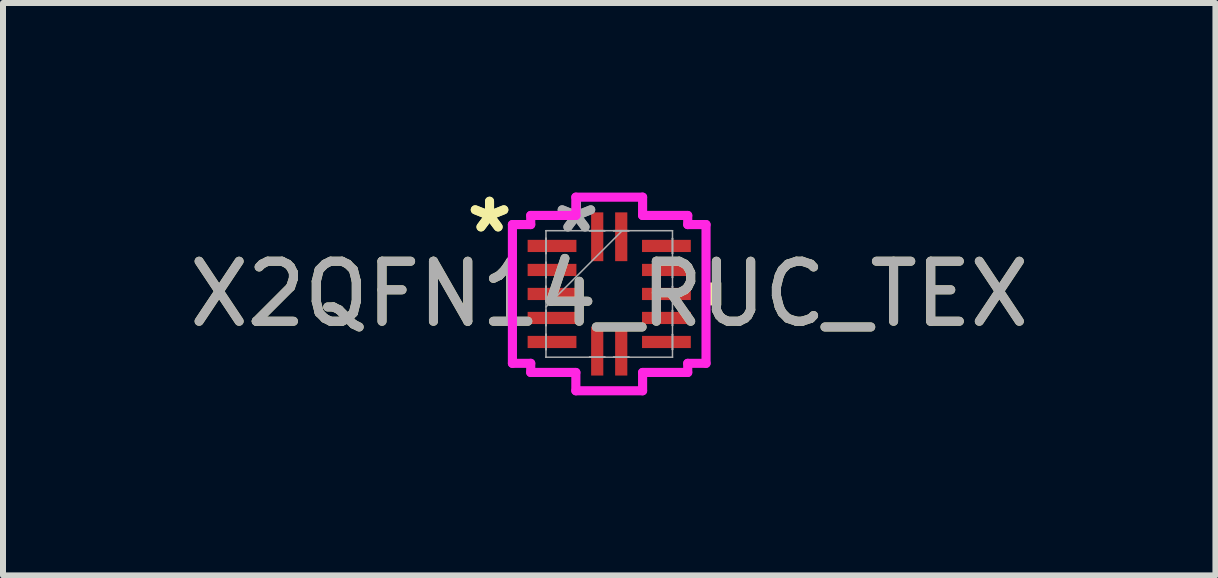
<source format=kicad_pcb>
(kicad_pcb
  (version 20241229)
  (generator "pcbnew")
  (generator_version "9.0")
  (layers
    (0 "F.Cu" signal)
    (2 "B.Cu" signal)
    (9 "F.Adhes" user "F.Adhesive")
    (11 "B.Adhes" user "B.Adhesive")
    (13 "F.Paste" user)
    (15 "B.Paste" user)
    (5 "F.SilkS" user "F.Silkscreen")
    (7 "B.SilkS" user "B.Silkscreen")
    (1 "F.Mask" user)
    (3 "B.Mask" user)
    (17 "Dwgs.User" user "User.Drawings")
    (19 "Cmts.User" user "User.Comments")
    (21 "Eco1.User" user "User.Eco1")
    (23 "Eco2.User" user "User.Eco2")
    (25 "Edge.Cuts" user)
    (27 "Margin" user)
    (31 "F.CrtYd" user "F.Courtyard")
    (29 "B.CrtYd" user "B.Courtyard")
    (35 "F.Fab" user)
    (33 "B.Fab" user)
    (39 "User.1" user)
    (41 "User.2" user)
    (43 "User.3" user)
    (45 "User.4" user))
  (footprint "X2QFN14_RUC_TEX"
    (layer "F.Cu")
    (at 7.101 1.848)
    (property "Reference" "X2QFN14_RUC_TEX" (at 0 0 0) (unlocked yes) (layer "F.SilkS") (effects (font (size 1 1) (thickness 0.15))))
    (attr smd)
    (fp_poly (pts (xy 1.867 -0.191) (xy 1.867 0.191) (xy 1.613 0.191) (xy 1.613 -0.191)) (stroke (width 0) (type solid)) (fill yes) (layer "F.SilkS"))
    (fp_line (start -1.613 -1.156) (end -1.308 -1.156) (stroke (width 0.152) (type solid)) (layer "F.CrtYd"))
    (fp_line (start -1.613 1.156) (end -1.613 -1.156) (stroke (width 0.152) (type solid)) (layer "F.CrtYd"))
    (fp_line (start -1.308 -1.308) (end -0.556 -1.308) (stroke (width 0.152) (type solid)) (layer "F.CrtYd"))
    (fp_line (start -1.308 -1.156) (end -1.308 -1.308) (stroke (width 0.152) (type solid)) (layer "F.CrtYd"))
    (fp_line (start -1.308 1.156) (end -1.613 1.156) (stroke (width 0.152) (type solid)) (layer "F.CrtYd"))
    (fp_line (start -1.308 1.308) (end -1.308 1.156) (stroke (width 0.152) (type solid)) (layer "F.CrtYd"))
    (fp_line (start -0.556 -1.613) (end 0.556 -1.613) (stroke (width 0.152) (type solid)) (layer "F.CrtYd"))
    (fp_line (start -0.556 -1.308) (end -0.556 -1.613) (stroke (width 0.152) (type solid)) (layer "F.CrtYd"))
    (fp_line (start -0.556 1.308) (end -1.308 1.308) (stroke (width 0.152) (type solid)) (layer "F.CrtYd"))
    (fp_line (start -0.556 1.613) (end -0.556 1.308) (stroke (width 0.152) (type solid)) (layer "F.CrtYd"))
    (fp_line (start 0.556 -1.613) (end 0.556 -1.308) (stroke (width 0.152) (type solid)) (layer "F.CrtYd"))
    (fp_line (start 0.556 -1.308) (end 1.308 -1.308) (stroke (width 0.152) (type solid)) (layer "F.CrtYd"))
    (fp_line (start 0.556 1.308) (end 0.556 1.613) (stroke (width 0.152) (type solid)) (layer "F.CrtYd"))
    (fp_line (start 0.556 1.613) (end -0.556 1.613) (stroke (width 0.152) (type solid)) (layer "F.CrtYd"))
    (fp_line (start 1.308 -1.308) (end 1.308 -1.156) (stroke (width 0.152) (type solid)) (layer "F.CrtYd"))
    (fp_line (start 1.308 -1.156) (end 1.613 -1.156) (stroke (width 0.152) (type solid)) (layer "F.CrtYd"))
    (fp_line (start 1.308 1.156) (end 1.308 1.308) (stroke (width 0.152) (type solid)) (layer "F.CrtYd"))
    (fp_line (start 1.308 1.308) (end 0.556 1.308) (stroke (width 0.152) (type solid)) (layer "F.CrtYd"))
    (fp_line (start 1.613 -1.156) (end 1.613 1.156) (stroke (width 0.152) (type solid)) (layer "F.CrtYd"))
    (fp_line (start 1.613 1.156) (end 1.308 1.156) (stroke (width 0.152) (type solid)) (layer "F.CrtYd"))
    (fp_line (start -1.054 -1.054) (end -1.054 -1.054) (stroke (width 0.025) (type solid)) (layer "F.Fab"))
    (fp_line (start -1.054 -1.054) (end -1.054 1.054) (stroke (width 0.025) (type solid)) (layer "F.Fab"))
    (fp_line (start -1.054 -0.927) (end -1.054 -0.927) (stroke (width 0.025) (type solid)) (layer "F.Fab"))
    (fp_line (start -1.054 -0.927) (end -1.054 -0.673) (stroke (width 0.025) (type solid)) (layer "F.Fab"))
    (fp_line (start -1.054 -0.673) (end -1.054 -0.927) (stroke (width 0.025) (type solid)) (layer "F.Fab"))
    (fp_line (start -1.054 -0.673) (end -1.054 -0.673) (stroke (width 0.025) (type solid)) (layer "F.Fab"))
    (fp_line (start -1.054 -0.527) (end -1.054 -0.527) (stroke (width 0.025) (type solid)) (layer "F.Fab"))
    (fp_line (start -1.054 -0.527) (end -1.054 -0.273) (stroke (width 0.025) (type solid)) (layer "F.Fab"))
    (fp_line (start -1.054 -0.273) (end -1.054 -0.527) (stroke (width 0.025) (type solid)) (layer "F.Fab"))
    (fp_line (start -1.054 -0.273) (end -1.054 -0.273) (stroke (width 0.025) (type solid)) (layer "F.Fab"))
    (fp_line (start -1.054 -0.127) (end -1.054 -0.127) (stroke (width 0.025) (type solid)) (layer "F.Fab"))
    (fp_line (start -1.054 -0.127) (end -1.054 0.127) (stroke (width 0.025) (type solid)) (layer "F.Fab"))
    (fp_line (start -1.054 0.127) (end -1.054 -0.127) (stroke (width 0.025) (type solid)) (layer "F.Fab"))
    (fp_line (start -1.054 0.127) (end -1.054 0.127) (stroke (width 0.025) (type solid)) (layer "F.Fab"))
    (fp_line (start -1.054 0.216) (end 0.216 -1.054) (stroke (width 0.025) (type solid)) (layer "F.Fab"))
    (fp_line (start -1.054 0.273) (end -1.054 0.273) (stroke (width 0.025) (type solid)) (layer "F.Fab"))
    (fp_line (start -1.054 0.273) (end -1.054 0.527) (stroke (width 0.025) (type solid)) (layer "F.Fab"))
    (fp_line (start -1.054 0.527) (end -1.054 0.273) (stroke (width 0.025) (type solid)) (layer "F.Fab"))
    (fp_line (start -1.054 0.527) (end -1.054 0.527) (stroke (width 0.025) (type solid)) (layer "F.Fab"))
    (fp_line (start -1.054 0.673) (end -1.054 0.673) (stroke (width 0.025) (type solid)) (layer "F.Fab"))
    (fp_line (start -1.054 0.673) (end -1.054 0.927) (stroke (width 0.025) (type solid)) (layer "F.Fab"))
    (fp_line (start -1.054 0.927) (end -1.054 0.673) (stroke (width 0.025) (type solid)) (layer "F.Fab"))
    (fp_line (start -1.054 0.927) (end -1.054 0.927) (stroke (width 0.025) (type solid)) (layer "F.Fab"))
    (fp_line (start -1.054 1.054) (end -1.054 1.054) (stroke (width 0.025) (type solid)) (layer "F.Fab"))
    (fp_line (start -1.054 1.054) (end 1.054 1.054) (stroke (width 0.025) (type solid)) (layer "F.Fab"))
    (fp_line (start -0.327 -1.054) (end -0.327 -1.054) (stroke (width 0.025) (type solid)) (layer "F.Fab"))
    (fp_line (start -0.327 -1.054) (end -0.073 -1.054) (stroke (width 0.025) (type solid)) (layer "F.Fab"))
    (fp_line (start -0.327 1.054) (end -0.327 1.054) (stroke (width 0.025) (type solid)) (layer "F.Fab"))
    (fp_line (start -0.327 1.054) (end -0.073 1.054) (stroke (width 0.025) (type solid)) (layer "F.Fab"))
    (fp_line (start -0.073 -1.054) (end -0.327 -1.054) (stroke (width 0.025) (type solid)) (layer "F.Fab"))
    (fp_line (start -0.073 -1.054) (end -0.073 -1.054) (stroke (width 0.025) (type solid)) (layer "F.Fab"))
    (fp_line (start -0.073 1.054) (end -0.327 1.054) (stroke (width 0.025) (type solid)) (layer "F.Fab"))
    (fp_line (start -0.073 1.054) (end -0.073 1.054) (stroke (width 0.025) (type solid)) (layer "F.Fab"))
    (fp_line (start 0.073 -1.054) (end 0.073 -1.054) (stroke (width 0.025) (type solid)) (layer "F.Fab"))
    (fp_line (start 0.073 -1.054) (end 0.327 -1.054) (stroke (width 0.025) (type solid)) (layer "F.Fab"))
    (fp_line (start 0.073 1.054) (end 0.073 1.054) (stroke (width 0.025) (type solid)) (layer "F.Fab"))
    (fp_line (start 0.073 1.054) (end 0.327 1.054) (stroke (width 0.025) (type solid)) (layer "F.Fab"))
    (fp_line (start 0.327 -1.054) (end 0.073 -1.054) (stroke (width 0.025) (type solid)) (layer "F.Fab"))
    (fp_line (start 0.327 -1.054) (end 0.327 -1.054) (stroke (width 0.025) (type solid)) (layer "F.Fab"))
    (fp_line (start 0.327 1.054) (end 0.073 1.054) (stroke (width 0.025) (type solid)) (layer "F.Fab"))
    (fp_line (start 0.327 1.054) (end 0.327 1.054) (stroke (width 0.025) (type solid)) (layer "F.Fab"))
    (fp_line (start 1.054 -1.054) (end -1.054 -1.054) (stroke (width 0.025) (type solid)) (layer "F.Fab"))
    (fp_line (start 1.054 -1.054) (end 1.054 -1.054) (stroke (width 0.025) (type solid)) (layer "F.Fab"))
    (fp_line (start 1.054 -0.927) (end 1.054 -0.927) (stroke (width 0.025) (type solid)) (layer "F.Fab"))
    (fp_line (start 1.054 -0.927) (end 1.054 -0.673) (stroke (width 0.025) (type solid)) (layer "F.Fab"))
    (fp_line (start 1.054 -0.673) (end 1.054 -0.927) (stroke (width 0.025) (type solid)) (layer "F.Fab"))
    (fp_line (start 1.054 -0.673) (end 1.054 -0.673) (stroke (width 0.025) (type solid)) (layer "F.Fab"))
    (fp_line (start 1.054 -0.527) (end 1.054 -0.527) (stroke (width 0.025) (type solid)) (layer "F.Fab"))
    (fp_line (start 1.054 -0.527) (end 1.054 -0.273) (stroke (width 0.025) (type solid)) (layer "F.Fab"))
    (fp_line (start 1.054 -0.273) (end 1.054 -0.527) (stroke (width 0.025) (type solid)) (layer "F.Fab"))
    (fp_line (start 1.054 -0.273) (end 1.054 -0.273) (stroke (width 0.025) (type solid)) (layer "F.Fab"))
    (fp_line (start 1.054 -0.127) (end 1.054 -0.127) (stroke (width 0.025) (type solid)) (layer "F.Fab"))
    (fp_line (start 1.054 -0.127) (end 1.054 0.127) (stroke (width 0.025) (type solid)) (layer "F.Fab"))
    (fp_line (start 1.054 0.127) (end 1.054 -0.127) (stroke (width 0.025) (type solid)) (layer "F.Fab"))
    (fp_line (start 1.054 0.127) (end 1.054 0.127) (stroke (width 0.025) (type solid)) (layer "F.Fab"))
    (fp_line (start 1.054 0.273) (end 1.054 0.273) (stroke (width 0.025) (type solid)) (layer "F.Fab"))
    (fp_line (start 1.054 0.273) (end 1.054 0.527) (stroke (width 0.025) (type solid)) (layer "F.Fab"))
    (fp_line (start 1.054 0.527) (end 1.054 0.273) (stroke (width 0.025) (type solid)) (layer "F.Fab"))
    (fp_line (start 1.054 0.527) (end 1.054 0.527) (stroke (width 0.025) (type solid)) (layer "F.Fab"))
    (fp_line (start 1.054 0.673) (end 1.054 0.673) (stroke (width 0.025) (type solid)) (layer "F.Fab"))
    (fp_line (start 1.054 0.673) (end 1.054 0.927) (stroke (width 0.025) (type solid)) (layer "F.Fab"))
    (fp_line (start 1.054 0.927) (end 1.054 0.673) (stroke (width 0.025) (type solid)) (layer "F.Fab"))
    (fp_line (start 1.054 0.927) (end 1.054 0.927) (stroke (width 0.025) (type solid)) (layer "F.Fab"))
    (fp_line (start 1.054 1.054) (end 1.054 -1.054) (stroke (width 0.025) (type solid)) (layer "F.Fab"))
    (fp_line (start 1.054 1.054) (end 1.054 1.054) (stroke (width 0.025) (type solid)) (layer "F.Fab"))
    (fp_text user "*" (at -1.994 -1 0) (layer "F.SilkS") (effects (font (size 1 1) (thickness 0.15))))
    (fp_text user "*" (at -1.994 -1 0) (unlocked yes) (layer "F.SilkS") (effects (font (size 1 1) (thickness 0.15))))
    (fp_text user "${REFERENCE}" (at 0 0 0) (unlocked yes) (layer "F.Fab") (effects (font (size 1 1) (thickness 0.15))))
    (fp_text user "*" (at -0.546 -1 0) (layer "F.Fab") (effects (font (size 1 1) (thickness 0.15))))
    (fp_text user "*" (at -0.546 -1 0) (unlocked yes) (layer "F.Fab") (effects (font (size 1 1) (thickness 0.15))))
    (pad "1" smd rect (at -0.953 -0.8 90) (size 0.203 0.813) (layers "F.Cu" "F.Mask" "F.Paste"))
    (pad "2" smd rect (at -0.953 -0.4 90) (size 0.203 0.813) (layers "F.Cu" "F.Mask" "F.Paste"))
    (pad "3" smd rect (at -0.953 0 90) (size 0.203 0.813) (layers "F.Cu" "F.Mask" "F.Paste"))
    (pad "4" smd rect (at -0.953 0.4 90) (size 0.203 0.813) (layers "F.Cu" "F.Mask" "F.Paste"))
    (pad "5" smd rect (at -0.953 0.8 90) (size 0.203 0.813) (layers "F.Cu" "F.Mask" "F.Paste"))
    (pad "6" smd rect (at -0.2 0.953) (size 0.203 0.813) (layers "F.Cu" "F.Mask" "F.Paste"))
    (pad "7" smd rect (at 0.2 0.953) (size 0.203 0.813) (layers "F.Cu" "F.Mask" "F.Paste"))
    (pad "8" smd rect (at 0.953 0.8 90) (size 0.203 0.813) (layers "F.Cu" "F.Mask" "F.Paste"))
    (pad "9" smd rect (at 0.953 0.4 90) (size 0.203 0.813) (layers "F.Cu" "F.Mask" "F.Paste"))
    (pad "10" smd rect (at 0.953 0 90) (size 0.203 0.813) (layers "F.Cu" "F.Mask" "F.Paste"))
    (pad "11" smd rect (at 0.953 -0.4 90) (size 0.203 0.813) (layers "F.Cu" "F.Mask" "F.Paste"))
    (pad "12" smd rect (at 0.953 -0.8 90) (size 0.203 0.813) (layers "F.Cu" "F.Mask" "F.Paste"))
    (pad "13" smd rect (at 0.2 -0.953) (size 0.203 0.813) (layers "F.Cu" "F.Mask" "F.Paste"))
    (pad "14" smd rect (at -0.2 -0.953) (size 0.203 0.813) (layers "F.Cu" "F.Mask" "F.Paste")))
  (gr_rect
    (start -3 -3)
    (end 17.202 6.537)
    (stroke (width 0.1) (type default))
    (fill no)
    (layer "Edge.Cuts")))
</source>
